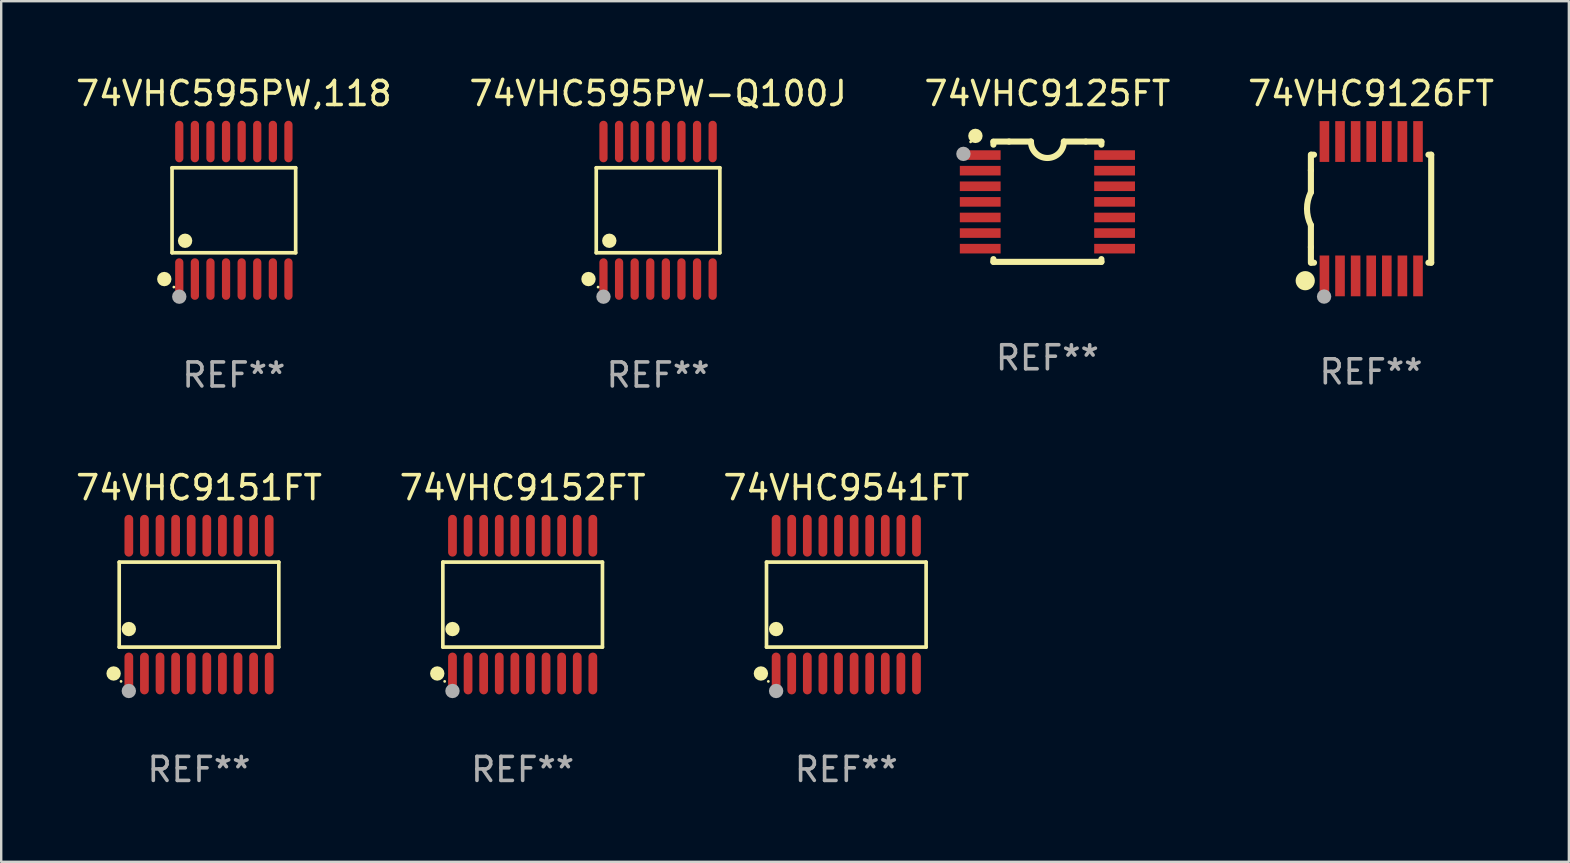
<source format=kicad_pcb>
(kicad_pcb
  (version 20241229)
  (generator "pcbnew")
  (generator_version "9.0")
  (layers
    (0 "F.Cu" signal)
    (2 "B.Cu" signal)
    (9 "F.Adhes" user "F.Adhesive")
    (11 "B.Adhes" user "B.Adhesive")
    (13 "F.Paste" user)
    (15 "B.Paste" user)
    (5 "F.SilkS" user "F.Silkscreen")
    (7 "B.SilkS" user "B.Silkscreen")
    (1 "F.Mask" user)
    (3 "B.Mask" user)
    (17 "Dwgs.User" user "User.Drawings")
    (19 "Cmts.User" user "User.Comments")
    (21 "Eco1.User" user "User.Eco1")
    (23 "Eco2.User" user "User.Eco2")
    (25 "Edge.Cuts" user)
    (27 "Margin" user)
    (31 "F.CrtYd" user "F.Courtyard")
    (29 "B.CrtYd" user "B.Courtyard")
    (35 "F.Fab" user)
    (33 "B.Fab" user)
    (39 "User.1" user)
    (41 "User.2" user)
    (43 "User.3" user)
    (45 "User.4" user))
  (footprint "74VHC9541FT"
    (layer "F.Cu")
    (at 32.22 22.147)
    (property "Reference" "74VHC9541FT" (at 0 -4.871 0) (layer "F.SilkS") (effects (font (size 1 1) (thickness 0.15))))
    (attr through_hole)
    (fp_line (start -3.326 -1.771) (end 3.326 -1.771) (stroke (width 0.152) (type solid)) (layer "F.SilkS"))
    (fp_line (start -3.326 1.771) (end -3.326 -1.771) (stroke (width 0.152) (type solid)) (layer "F.SilkS"))
    (fp_line (start 3.326 -1.771) (end 3.326 1.771) (stroke (width 0.152) (type solid)) (layer "F.SilkS"))
    (fp_line (start 3.326 1.771) (end -3.326 1.771) (stroke (width 0.152) (type solid)) (layer "F.SilkS"))
    (fp_circle (center -3.559 2.871) (end -3.409 2.871) (stroke (width 0.3) (type solid)) (fill no) (layer "F.SilkS"))
    (fp_circle (center -3.25 3.2) (end -3.22 3.2) (stroke (width 0.06) (type solid)) (fill no) (layer "F.SilkS"))
    (fp_circle (center -2.925 1.019) (end -2.775 1.019) (stroke (width 0.3) (type solid)) (fill no) (layer "F.SilkS"))
    (fp_circle (center -2.925 3.6) (end -2.775 3.6) (stroke (width 0.3) (type solid)) (fill no) (layer "F.Fab"))
    (fp_text user "REF**" (at 0 6.871 0) (layer "F.Fab") (effects (font (size 1 1) (thickness 0.15))))
    (pad "1" smd oval (at -2.925 2.871) (size 0.364 1.742) (layers "F.Cu" "F.Mask" "F.Paste"))
    (pad "2" smd oval (at -2.275 2.871) (size 0.364 1.742) (layers "F.Cu" "F.Mask" "F.Paste"))
    (pad "3" smd oval (at -1.625 2.871) (size 0.364 1.742) (layers "F.Cu" "F.Mask" "F.Paste"))
    (pad "4" smd oval (at -0.975 2.871) (size 0.364 1.742) (layers "F.Cu" "F.Mask" "F.Paste"))
    (pad "5" smd oval (at -0.325 2.871) (size 0.364 1.742) (layers "F.Cu" "F.Mask" "F.Paste"))
    (pad "6" smd oval (at 0.325 2.871) (size 0.364 1.742) (layers "F.Cu" "F.Mask" "F.Paste"))
    (pad "7" smd oval (at 0.975 2.871) (size 0.364 1.742) (layers "F.Cu" "F.Mask" "F.Paste"))
    (pad "8" smd oval (at 1.625 2.871) (size 0.364 1.742) (layers "F.Cu" "F.Mask" "F.Paste"))
    (pad "9" smd oval (at 2.275 2.871) (size 0.364 1.742) (layers "F.Cu" "F.Mask" "F.Paste"))
    (pad "10" smd oval (at 2.925 2.871) (size 0.364 1.742) (layers "F.Cu" "F.Mask" "F.Paste"))
    (pad "11" smd oval (at 2.925 -2.871) (size 0.364 1.742) (layers "F.Cu" "F.Mask" "F.Paste"))
    (pad "12" smd oval (at 2.275 -2.871) (size 0.364 1.742) (layers "F.Cu" "F.Mask" "F.Paste"))
    (pad "13" smd oval (at 1.625 -2.871) (size 0.364 1.742) (layers "F.Cu" "F.Mask" "F.Paste"))
    (pad "14" smd oval (at 0.975 -2.871) (size 0.364 1.742) (layers "F.Cu" "F.Mask" "F.Paste"))
    (pad "15" smd oval (at 0.325 -2.871) (size 0.364 1.742) (layers "F.Cu" "F.Mask" "F.Paste"))
    (pad "16" smd oval (at -0.325 -2.871) (size 0.364 1.742) (layers "F.Cu" "F.Mask" "F.Paste"))
    (pad "17" smd oval (at -0.975 -2.871) (size 0.364 1.742) (layers "F.Cu" "F.Mask" "F.Paste"))
    (pad "18" smd oval (at -1.625 -2.871) (size 0.364 1.742) (layers "F.Cu" "F.Mask" "F.Paste"))
    (pad "19" smd oval (at -2.275 -2.871) (size 0.364 1.742) (layers "F.Cu" "F.Mask" "F.Paste"))
    (pad "20" smd oval (at -2.925 -2.871) (size 0.364 1.742) (layers "F.Cu" "F.Mask" "F.Paste")))
  (footprint "74VHC9126FT"
    (layer "F.Cu")
    (at 54.089 5.648)
    (property "Reference" "74VHC9126FT" (at 0 -4.8 0) (layer "F.SilkS") (effects (font (size 1 1) (thickness 0.15))))
    (attr through_hole)
    (fp_line (start -2.507 -1.6) (end -2.507 -2.25) (stroke (width 0.254) (type solid)) (layer "F.SilkS"))
    (fp_line (start -2.507 -0.686) (end -2.507 -1.6) (stroke (width 0.254) (type solid)) (layer "F.SilkS"))
    (fp_line (start -2.507 1.6) (end -2.507 0.686) (stroke (width 0.254) (type solid)) (layer "F.SilkS"))
    (fp_line (start -2.507 1.6) (end -2.507 2.25) (stroke (width 0.254) (type solid)) (layer "F.SilkS"))
    (fp_line (start -2.493 -2.25) (end -2.377 -2.25) (stroke (width 0.254) (type solid)) (layer "F.SilkS"))
    (fp_line (start -2.377 2.25) (end -2.493 2.25) (stroke (width 0.254) (type solid)) (layer "F.SilkS"))
    (fp_line (start 2.392 -2.25) (end 2.507 -2.25) (stroke (width 0.254) (type solid)) (layer "F.SilkS"))
    (fp_line (start 2.507 -2.25) (end 2.507 2.25) (stroke (width 0.254) (type solid)) (layer "F.SilkS"))
    (fp_line (start 2.507 2.25) (end 2.392 2.25) (stroke (width 0.254) (type solid)) (layer "F.SilkS"))
    (fp_arc (start -2.507303 0.685802) (mid -2.669199 0) (end -2.507303 -0.685801) (stroke (width 0.254001) (type solid)) (layer "F.SilkS"))
    (fp_circle (center -2.743 3) (end -2.543 3) (stroke (width 0.4) (type solid)) (fill no) (layer "F.SilkS"))
    (fp_circle (center -2.493 3.2) (end -2.463 3.2) (stroke (width 0.06) (type solid)) (fill no) (layer "F.SilkS"))
    (fp_circle (center -1.957 3.662) (end -1.807 3.662) (stroke (width 0.3) (type solid)) (fill no) (layer "F.Fab"))
    (fp_text user "REF**" (at 0 6.8 0) (layer "F.Fab") (effects (font (size 1 1) (thickness 0.15))))
    (pad "1" smd rect (at -1.943 2.8) (size 0.4 1.7) (layers "F.Cu" "F.Mask" "F.Paste"))
    (pad "2" smd rect (at -1.293 2.8) (size 0.4 1.7) (layers "F.Cu" "F.Mask" "F.Paste"))
    (pad "3" smd rect (at -0.643 2.8) (size 0.4 1.7) (layers "F.Cu" "F.Mask" "F.Paste"))
    (pad "4" smd rect (at 0.007 2.8) (size 0.4 1.7) (layers "F.Cu" "F.Mask" "F.Paste"))
    (pad "5" smd rect (at 0.657 2.8) (size 0.4 1.7) (layers "F.Cu" "F.Mask" "F.Paste"))
    (pad "6" smd rect (at 1.307 2.8) (size 0.4 1.7) (layers "F.Cu" "F.Mask" "F.Paste"))
    (pad "7" smd rect (at 1.957 2.8) (size 0.4 1.7) (layers "F.Cu" "F.Mask" "F.Paste"))
    (pad "8" smd rect (at 1.957 -2.8) (size 0.4 1.7) (layers "F.Cu" "F.Mask" "F.Paste"))
    (pad "9" smd rect (at 1.307 -2.8) (size 0.4 1.7) (layers "F.Cu" "F.Mask" "F.Paste"))
    (pad "10" smd rect (at 0.657 -2.8) (size 0.4 1.7) (layers "F.Cu" "F.Mask" "F.Paste"))
    (pad "11" smd rect (at 0.007 -2.8) (size 0.4 1.7) (layers "F.Cu" "F.Mask" "F.Paste"))
    (pad "12" smd rect (at -0.643 -2.8) (size 0.4 1.7) (layers "F.Cu" "F.Mask" "F.Paste"))
    (pad "13" smd rect (at -1.293 -2.8) (size 0.4 1.7) (layers "F.Cu" "F.Mask" "F.Paste"))
    (pad "14" smd rect (at -1.943 -2.8) (size 0.4 1.7) (layers "F.Cu" "F.Mask" "F.Paste")))
  (footprint "74VHC9151FT"
    (layer "F.Cu")
    (at 5.244 22.147)
    (property "Reference" "74VHC9151FT" (at 0 -4.871 0) (layer "F.SilkS") (effects (font (size 1 1) (thickness 0.15))))
    (attr through_hole)
    (fp_line (start -3.326 -1.771) (end 3.326 -1.771) (stroke (width 0.152) (type solid)) (layer "F.SilkS"))
    (fp_line (start -3.326 1.771) (end -3.326 -1.771) (stroke (width 0.152) (type solid)) (layer "F.SilkS"))
    (fp_line (start 3.326 -1.771) (end 3.326 1.771) (stroke (width 0.152) (type solid)) (layer "F.SilkS"))
    (fp_line (start 3.326 1.771) (end -3.326 1.771) (stroke (width 0.152) (type solid)) (layer "F.SilkS"))
    (fp_circle (center -3.559 2.871) (end -3.409 2.871) (stroke (width 0.3) (type solid)) (fill no) (layer "F.SilkS"))
    (fp_circle (center -3.25 3.2) (end -3.22 3.2) (stroke (width 0.06) (type solid)) (fill no) (layer "F.SilkS"))
    (fp_circle (center -2.925 1.019) (end -2.775 1.019) (stroke (width 0.3) (type solid)) (fill no) (layer "F.SilkS"))
    (fp_circle (center -2.925 3.6) (end -2.775 3.6) (stroke (width 0.3) (type solid)) (fill no) (layer "F.Fab"))
    (fp_text user "REF**" (at 0 6.871 0) (layer "F.Fab") (effects (font (size 1 1) (thickness 0.15))))
    (pad "1" smd oval (at -2.925 2.871) (size 0.364 1.742) (layers "F.Cu" "F.Mask" "F.Paste"))
    (pad "2" smd oval (at -2.275 2.871) (size 0.364 1.742) (layers "F.Cu" "F.Mask" "F.Paste"))
    (pad "3" smd oval (at -1.625 2.871) (size 0.364 1.742) (layers "F.Cu" "F.Mask" "F.Paste"))
    (pad "4" smd oval (at -0.975 2.871) (size 0.364 1.742) (layers "F.Cu" "F.Mask" "F.Paste"))
    (pad "5" smd oval (at -0.325 2.871) (size 0.364 1.742) (layers "F.Cu" "F.Mask" "F.Paste"))
    (pad "6" smd oval (at 0.325 2.871) (size 0.364 1.742) (layers "F.Cu" "F.Mask" "F.Paste"))
    (pad "7" smd oval (at 0.975 2.871) (size 0.364 1.742) (layers "F.Cu" "F.Mask" "F.Paste"))
    (pad "8" smd oval (at 1.625 2.871) (size 0.364 1.742) (layers "F.Cu" "F.Mask" "F.Paste"))
    (pad "9" smd oval (at 2.275 2.871) (size 0.364 1.742) (layers "F.Cu" "F.Mask" "F.Paste"))
    (pad "10" smd oval (at 2.925 2.871) (size 0.364 1.742) (layers "F.Cu" "F.Mask" "F.Paste"))
    (pad "11" smd oval (at 2.925 -2.871) (size 0.364 1.742) (layers "F.Cu" "F.Mask" "F.Paste"))
    (pad "12" smd oval (at 2.275 -2.871) (size 0.364 1.742) (layers "F.Cu" "F.Mask" "F.Paste"))
    (pad "13" smd oval (at 1.625 -2.871) (size 0.364 1.742) (layers "F.Cu" "F.Mask" "F.Paste"))
    (pad "14" smd oval (at 0.975 -2.871) (size 0.364 1.742) (layers "F.Cu" "F.Mask" "F.Paste"))
    (pad "15" smd oval (at 0.325 -2.871) (size 0.364 1.742) (layers "F.Cu" "F.Mask" "F.Paste"))
    (pad "16" smd oval (at -0.325 -2.871) (size 0.364 1.742) (layers "F.Cu" "F.Mask" "F.Paste"))
    (pad "17" smd oval (at -0.975 -2.871) (size 0.364 1.742) (layers "F.Cu" "F.Mask" "F.Paste"))
    (pad "18" smd oval (at -1.625 -2.871) (size 0.364 1.742) (layers "F.Cu" "F.Mask" "F.Paste"))
    (pad "19" smd oval (at -2.275 -2.871) (size 0.364 1.742) (layers "F.Cu" "F.Mask" "F.Paste"))
    (pad "20" smd oval (at -2.925 -2.871) (size 0.364 1.742) (layers "F.Cu" "F.Mask" "F.Paste")))
  (footprint "74VHC595PW,118"
    (layer "F.Cu")
    (at 6.696 5.714)
    (property "Reference" "74VHC595PW,118" (at 0 -4.866 0) (layer "F.SilkS") (effects (font (size 1 1) (thickness 0.15))))
    (attr through_hole)
    (fp_line (start -2.576 -1.772) (end 2.576 -1.772) (stroke (width 0.152) (type solid)) (layer "F.SilkS"))
    (fp_line (start -2.576 1.771) (end -2.576 -1.772) (stroke (width 0.152) (type solid)) (layer "F.SilkS"))
    (fp_line (start 2.576 -1.772) (end 2.576 1.771) (stroke (width 0.152) (type solid)) (layer "F.SilkS"))
    (fp_line (start 2.576 1.771) (end -2.576 1.771) (stroke (width 0.152) (type solid)) (layer "F.SilkS"))
    (fp_circle (center -2.899 2.866) (end -2.749 2.866) (stroke (width 0.3) (type solid)) (fill no) (layer "F.SilkS"))
    (fp_circle (center -2.5 3.2) (end -2.47 3.2) (stroke (width 0.06) (type solid)) (fill no) (layer "F.SilkS"))
    (fp_circle (center -2.032 1.27) (end -1.882 1.27) (stroke (width 0.3) (type solid)) (fill no) (layer "F.SilkS"))
    (fp_circle (center -2.275 3.6) (end -2.125 3.6) (stroke (width 0.3) (type solid)) (fill no) (layer "F.Fab"))
    (fp_text user "REF**" (at 0 6.866 0) (layer "F.Fab") (effects (font (size 1 1) (thickness 0.15))))
    (pad "1" smd oval (at -2.275 2.866) (size 0.343 1.731) (layers "F.Cu" "F.Mask" "F.Paste"))
    (pad "2" smd oval (at -1.625 2.866) (size 0.343 1.731) (layers "F.Cu" "F.Mask" "F.Paste"))
    (pad "3" smd oval (at -0.975 2.866) (size 0.343 1.731) (layers "F.Cu" "F.Mask" "F.Paste"))
    (pad "4" smd oval (at -0.325 2.866) (size 0.343 1.731) (layers "F.Cu" "F.Mask" "F.Paste"))
    (pad "5" smd oval (at 0.325 2.866) (size 0.343 1.731) (layers "F.Cu" "F.Mask" "F.Paste"))
    (pad "6" smd oval (at 0.975 2.866) (size 0.343 1.731) (layers "F.Cu" "F.Mask" "F.Paste"))
    (pad "7" smd oval (at 1.625 2.866) (size 0.343 1.731) (layers "F.Cu" "F.Mask" "F.Paste"))
    (pad "8" smd oval (at 2.275 2.866) (size 0.343 1.731) (layers "F.Cu" "F.Mask" "F.Paste"))
    (pad "9" smd oval (at 2.275 -2.866) (size 0.343 1.731) (layers "F.Cu" "F.Mask" "F.Paste"))
    (pad "10" smd oval (at 1.625 -2.866) (size 0.343 1.731) (layers "F.Cu" "F.Mask" "F.Paste"))
    (pad "11" smd oval (at 0.975 -2.866) (size 0.343 1.731) (layers "F.Cu" "F.Mask" "F.Paste"))
    (pad "12" smd oval (at 0.325 -2.866) (size 0.343 1.731) (layers "F.Cu" "F.Mask" "F.Paste"))
    (pad "13" smd oval (at -0.325 -2.866) (size 0.343 1.731) (layers "F.Cu" "F.Mask" "F.Paste"))
    (pad "14" smd oval (at -0.975 -2.866) (size 0.343 1.731) (layers "F.Cu" "F.Mask" "F.Paste"))
    (pad "15" smd oval (at -1.625 -2.866) (size 0.343 1.731) (layers "F.Cu" "F.Mask" "F.Paste"))
    (pad "16" smd oval (at -2.275 -2.866) (size 0.343 1.731) (layers "F.Cu" "F.Mask" "F.Paste")))
  (footprint "74VHC595PW-Q100J"
    (layer "F.Cu")
    (at 24.375 5.714)
    (property "Reference" "74VHC595PW-Q100J" (at 0 -4.866 0) (layer "F.SilkS") (effects (font (size 1 1) (thickness 0.15))))
    (attr through_hole)
    (fp_line (start -2.576 -1.772) (end 2.576 -1.772) (stroke (width 0.152) (type solid)) (layer "F.SilkS"))
    (fp_line (start -2.576 1.771) (end -2.576 -1.772) (stroke (width 0.152) (type solid)) (layer "F.SilkS"))
    (fp_line (start 2.576 -1.772) (end 2.576 1.771) (stroke (width 0.152) (type solid)) (layer "F.SilkS"))
    (fp_line (start 2.576 1.771) (end -2.576 1.771) (stroke (width 0.152) (type solid)) (layer "F.SilkS"))
    (fp_circle (center -2.899 2.866) (end -2.749 2.866) (stroke (width 0.3) (type solid)) (fill no) (layer "F.SilkS"))
    (fp_circle (center -2.5 3.2) (end -2.47 3.2) (stroke (width 0.06) (type solid)) (fill no) (layer "F.SilkS"))
    (fp_circle (center -2.032 1.27) (end -1.882 1.27) (stroke (width 0.3) (type solid)) (fill no) (layer "F.SilkS"))
    (fp_circle (center -2.275 3.6) (end -2.125 3.6) (stroke (width 0.3) (type solid)) (fill no) (layer "F.Fab"))
    (fp_text user "REF**" (at 0 6.866 0) (layer "F.Fab") (effects (font (size 1 1) (thickness 0.15))))
    (pad "1" smd oval (at -2.275 2.866) (size 0.343 1.731) (layers "F.Cu" "F.Mask" "F.Paste"))
    (pad "2" smd oval (at -1.625 2.866) (size 0.343 1.731) (layers "F.Cu" "F.Mask" "F.Paste"))
    (pad "3" smd oval (at -0.975 2.866) (size 0.343 1.731) (layers "F.Cu" "F.Mask" "F.Paste"))
    (pad "4" smd oval (at -0.325 2.866) (size 0.343 1.731) (layers "F.Cu" "F.Mask" "F.Paste"))
    (pad "5" smd oval (at 0.325 2.866) (size 0.343 1.731) (layers "F.Cu" "F.Mask" "F.Paste"))
    (pad "6" smd oval (at 0.975 2.866) (size 0.343 1.731) (layers "F.Cu" "F.Mask" "F.Paste"))
    (pad "7" smd oval (at 1.625 2.866) (size 0.343 1.731) (layers "F.Cu" "F.Mask" "F.Paste"))
    (pad "8" smd oval (at 2.275 2.866) (size 0.343 1.731) (layers "F.Cu" "F.Mask" "F.Paste"))
    (pad "9" smd oval (at 2.275 -2.866) (size 0.343 1.731) (layers "F.Cu" "F.Mask" "F.Paste"))
    (pad "10" smd oval (at 1.625 -2.866) (size 0.343 1.731) (layers "F.Cu" "F.Mask" "F.Paste"))
    (pad "11" smd oval (at 0.975 -2.866) (size 0.343 1.731) (layers "F.Cu" "F.Mask" "F.Paste"))
    (pad "12" smd oval (at 0.325 -2.866) (size 0.343 1.731) (layers "F.Cu" "F.Mask" "F.Paste"))
    (pad "13" smd oval (at -0.325 -2.866) (size 0.343 1.731) (layers "F.Cu" "F.Mask" "F.Paste"))
    (pad "14" smd oval (at -0.975 -2.866) (size 0.343 1.731) (layers "F.Cu" "F.Mask" "F.Paste"))
    (pad "15" smd oval (at -1.625 -2.866) (size 0.343 1.731) (layers "F.Cu" "F.Mask" "F.Paste"))
    (pad "16" smd oval (at -2.275 -2.866) (size 0.343 1.731) (layers "F.Cu" "F.Mask" "F.Paste")))
  (footprint "74VHC9152FT"
    (layer "F.Cu")
    (at 18.732 22.147)
    (property "Reference" "74VHC9152FT" (at 0 -4.871 0) (layer "F.SilkS") (effects (font (size 1 1) (thickness 0.15))))
    (attr through_hole)
    (fp_line (start -3.326 -1.771) (end 3.326 -1.771) (stroke (width 0.152) (type solid)) (layer "F.SilkS"))
    (fp_line (start -3.326 1.771) (end -3.326 -1.771) (stroke (width 0.152) (type solid)) (layer "F.SilkS"))
    (fp_line (start 3.326 -1.771) (end 3.326 1.771) (stroke (width 0.152) (type solid)) (layer "F.SilkS"))
    (fp_line (start 3.326 1.771) (end -3.326 1.771) (stroke (width 0.152) (type solid)) (layer "F.SilkS"))
    (fp_circle (center -3.559 2.871) (end -3.409 2.871) (stroke (width 0.3) (type solid)) (fill no) (layer "F.SilkS"))
    (fp_circle (center -3.25 3.2) (end -3.22 3.2) (stroke (width 0.06) (type solid)) (fill no) (layer "F.SilkS"))
    (fp_circle (center -2.925 1.019) (end -2.775 1.019) (stroke (width 0.3) (type solid)) (fill no) (layer "F.SilkS"))
    (fp_circle (center -2.925 3.6) (end -2.775 3.6) (stroke (width 0.3) (type solid)) (fill no) (layer "F.Fab"))
    (fp_text user "REF**" (at 0 6.871 0) (layer "F.Fab") (effects (font (size 1 1) (thickness 0.15))))
    (pad "1" smd oval (at -2.925 2.871) (size 0.364 1.742) (layers "F.Cu" "F.Mask" "F.Paste"))
    (pad "2" smd oval (at -2.275 2.871) (size 0.364 1.742) (layers "F.Cu" "F.Mask" "F.Paste"))
    (pad "3" smd oval (at -1.625 2.871) (size 0.364 1.742) (layers "F.Cu" "F.Mask" "F.Paste"))
    (pad "4" smd oval (at -0.975 2.871) (size 0.364 1.742) (layers "F.Cu" "F.Mask" "F.Paste"))
    (pad "5" smd oval (at -0.325 2.871) (size 0.364 1.742) (layers "F.Cu" "F.Mask" "F.Paste"))
    (pad "6" smd oval (at 0.325 2.871) (size 0.364 1.742) (layers "F.Cu" "F.Mask" "F.Paste"))
    (pad "7" smd oval (at 0.975 2.871) (size 0.364 1.742) (layers "F.Cu" "F.Mask" "F.Paste"))
    (pad "8" smd oval (at 1.625 2.871) (size 0.364 1.742) (layers "F.Cu" "F.Mask" "F.Paste"))
    (pad "9" smd oval (at 2.275 2.871) (size 0.364 1.742) (layers "F.Cu" "F.Mask" "F.Paste"))
    (pad "10" smd oval (at 2.925 2.871) (size 0.364 1.742) (layers "F.Cu" "F.Mask" "F.Paste"))
    (pad "11" smd oval (at 2.925 -2.871) (size 0.364 1.742) (layers "F.Cu" "F.Mask" "F.Paste"))
    (pad "12" smd oval (at 2.275 -2.871) (size 0.364 1.742) (layers "F.Cu" "F.Mask" "F.Paste"))
    (pad "13" smd oval (at 1.625 -2.871) (size 0.364 1.742) (layers "F.Cu" "F.Mask" "F.Paste"))
    (pad "14" smd oval (at 0.975 -2.871) (size 0.364 1.742) (layers "F.Cu" "F.Mask" "F.Paste"))
    (pad "15" smd oval (at 0.325 -2.871) (size 0.364 1.742) (layers "F.Cu" "F.Mask" "F.Paste"))
    (pad "16" smd oval (at -0.325 -2.871) (size 0.364 1.742) (layers "F.Cu" "F.Mask" "F.Paste"))
    (pad "17" smd oval (at -0.975 -2.871) (size 0.364 1.742) (layers "F.Cu" "F.Mask" "F.Paste"))
    (pad "18" smd oval (at -1.625 -2.871) (size 0.364 1.742) (layers "F.Cu" "F.Mask" "F.Paste"))
    (pad "19" smd oval (at -2.275 -2.871) (size 0.364 1.742) (layers "F.Cu" "F.Mask" "F.Paste"))
    (pad "20" smd oval (at -2.925 -2.871) (size 0.364 1.742) (layers "F.Cu" "F.Mask" "F.Paste")))
  (footprint "74VHC9125FT"
    (layer "F.Cu")
    (at 40.601 5.356)
    (property "Reference" "74VHC9125FT" (at 0 -4.507 0) (layer "F.SilkS") (effects (font (size 1 1) (thickness 0.15))))
    (attr through_hole)
    (fp_line (start -2.25 -2.377) (end -2.25 -2.493) (stroke (width 0.254) (type solid)) (layer "F.SilkS"))
    (fp_line (start -2.25 2.507) (end -2.25 2.392) (stroke (width 0.254) (type solid)) (layer "F.SilkS"))
    (fp_line (start -1.6 -2.507) (end -2.25 -2.507) (stroke (width 0.254) (type solid)) (layer "F.SilkS"))
    (fp_line (start -1.6 -2.507) (end -0.686 -2.507) (stroke (width 0.254) (type solid)) (layer "F.SilkS"))
    (fp_line (start 0.686 -2.507) (end 1.6 -2.507) (stroke (width 0.254) (type solid)) (layer "F.SilkS"))
    (fp_line (start 1.6 -2.507) (end 2.25 -2.507) (stroke (width 0.254) (type solid)) (layer "F.SilkS"))
    (fp_line (start 2.25 -2.493) (end 2.25 -2.377) (stroke (width 0.254) (type solid)) (layer "F.SilkS"))
    (fp_line (start 2.25 2.392) (end 2.25 2.507) (stroke (width 0.254) (type solid)) (layer "F.SilkS"))
    (fp_line (start 2.25 2.507) (end -2.25 2.507) (stroke (width 0.254) (type solid)) (layer "F.SilkS"))
    (fp_arc (start 0.685852 -2.507303) (mid 0.000051 -1.821502) (end -0.68575 -2.507303) (stroke (width 0.254001) (type solid)) (layer "F.SilkS"))
    (fp_circle (center -3.2 -2.493) (end -3.17 -2.493) (stroke (width 0.06) (type solid)) (fill no) (layer "F.SilkS"))
    (fp_circle (center -3 -2.743) (end -2.85 -2.743) (stroke (width 0.3) (type solid)) (fill no) (layer "F.SilkS"))
    (fp_circle (center -3.5 -1.993) (end -3.35 -1.993) (stroke (width 0.3) (type solid)) (fill no) (layer "F.Fab"))
    (fp_text user "REF**" (at 0 6.507 0) (layer "F.Fab") (effects (font (size 1 1) (thickness 0.15))))
    (pad "1" smd rect (at -2.8 -1.943) (size 1.7 0.4) (layers "F.Cu" "F.Mask" "F.Paste"))
    (pad "2" smd rect (at -2.8 -1.293) (size 1.7 0.4) (layers "F.Cu" "F.Mask" "F.Paste"))
    (pad "3" smd rect (at -2.8 -0.643) (size 1.7 0.4) (layers "F.Cu" "F.Mask" "F.Paste"))
    (pad "4" smd rect (at -2.8 0.007) (size 1.7 0.4) (layers "F.Cu" "F.Mask" "F.Paste"))
    (pad "5" smd rect (at -2.8 0.657) (size 1.7 0.4) (layers "F.Cu" "F.Mask" "F.Paste"))
    (pad "6" smd rect (at -2.8 1.307) (size 1.7 0.4) (layers "F.Cu" "F.Mask" "F.Paste"))
    (pad "7" smd rect (at -2.8 1.957) (size 1.7 0.4) (layers "F.Cu" "F.Mask" "F.Paste"))
    (pad "8" smd rect (at 2.8 1.957) (size 1.7 0.4) (layers "F.Cu" "F.Mask" "F.Paste"))
    (pad "9" smd rect (at 2.8 1.307) (size 1.7 0.4) (layers "F.Cu" "F.Mask" "F.Paste"))
    (pad "10" smd rect (at 2.8 0.657) (size 1.7 0.4) (layers "F.Cu" "F.Mask" "F.Paste"))
    (pad "11" smd rect (at 2.8 0.007) (size 1.7 0.4) (layers "F.Cu" "F.Mask" "F.Paste"))
    (pad "12" smd rect (at 2.8 -0.643) (size 1.7 0.4) (layers "F.Cu" "F.Mask" "F.Paste"))
    (pad "13" smd rect (at 2.8 -1.293) (size 1.7 0.4) (layers "F.Cu" "F.Mask" "F.Paste"))
    (pad "14" smd rect (at 2.8 -1.943) (size 1.7 0.4) (layers "F.Cu" "F.Mask" "F.Paste")))
  (gr_rect
    (start -3 -3)
    (end 62.333 32.866)
    (stroke (width 0.1) (type default))
    (fill no)
    (layer "Edge.Cuts")))
</source>
